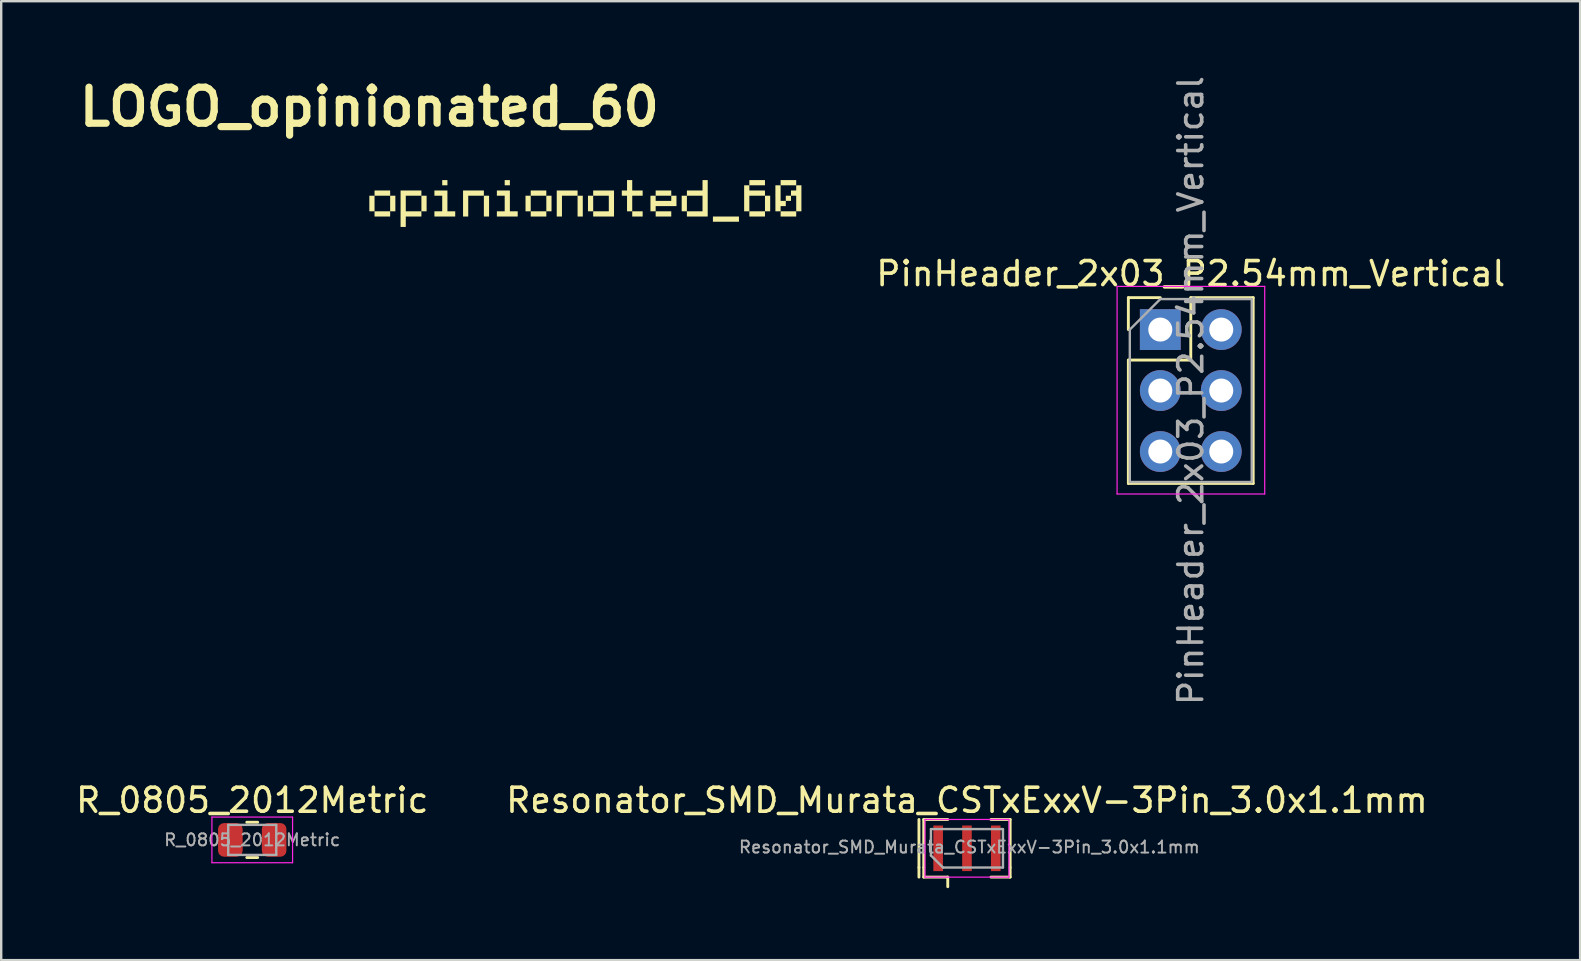
<source format=kicad_pcb>
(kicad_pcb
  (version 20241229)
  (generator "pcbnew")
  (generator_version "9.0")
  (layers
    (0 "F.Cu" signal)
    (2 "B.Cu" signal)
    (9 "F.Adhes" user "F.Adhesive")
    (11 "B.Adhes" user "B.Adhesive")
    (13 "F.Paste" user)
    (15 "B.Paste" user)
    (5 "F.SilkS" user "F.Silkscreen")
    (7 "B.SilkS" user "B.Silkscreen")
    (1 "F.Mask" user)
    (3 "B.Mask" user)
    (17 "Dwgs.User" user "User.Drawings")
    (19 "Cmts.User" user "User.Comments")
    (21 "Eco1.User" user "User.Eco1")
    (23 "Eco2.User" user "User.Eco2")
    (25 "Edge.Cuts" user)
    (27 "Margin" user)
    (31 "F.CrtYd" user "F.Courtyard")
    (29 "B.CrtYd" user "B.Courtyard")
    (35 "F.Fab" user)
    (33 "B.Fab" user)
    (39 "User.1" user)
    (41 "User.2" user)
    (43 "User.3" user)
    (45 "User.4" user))
  (footprint "LOGO_opinionated_60"
    (layer "F.Cu")
    (at 12.336 4.452)
    (property "Reference" "LOGO_opinionated_60" (at 0 -3.048 180) (layer "F.SilkS") (effects (font (size 1.5 1.5) (thickness 0.3))))
    (attr board_only exclude_from_pos_files exclude_from_bom)
    (fp_poly (pts (xy 0.217 0.651) (xy 0 0.651) (xy 0 1.301) (xy 0.217 1.301) (xy 0.217 0.651)) (stroke (width 0) (type solid)) (fill yes) (layer "F.SilkS"))
    (fp_poly (pts (xy 0.217 0.651) (xy 0.867 0.651) (xy 0.867 0.434) (xy 0.217 0.434) (xy 0.217 0.651)) (stroke (width 0) (type solid)) (fill yes) (layer "F.SilkS"))
    (fp_poly (pts (xy 0.867 0.651) (xy 0.867 1.301) (xy 1.084 1.301) (xy 1.084 0.651) (xy 0.867 0.651)) (stroke (width 0) (type solid)) (fill yes) (layer "F.SilkS"))
    (fp_poly (pts (xy 0.867 1.301) (xy 0.217 1.301) (xy 0.217 1.518) (xy 0.867 1.518) (xy 0.867 1.301)) (stroke (width 0) (type solid)) (fill yes) (layer "F.SilkS"))
    (fp_poly (pts (xy 2.169 0.651) (xy 2.169 1.301) (xy 2.386 1.301) (xy 2.386 0.651) (xy 2.169 0.651)) (stroke (width 0) (type solid)) (fill yes) (layer "F.SilkS"))
    (fp_poly (pts (xy 3.036 0.217) (xy 3.253 0.217) (xy 3.253 0.000004) (xy 3.036 0.000004) (xy 3.036 0.217)) (stroke (width 0) (type solid)) (fill yes) (layer "F.SilkS"))
    (fp_poly (pts (xy 4.771 0.651) (xy 4.771 1.518) (xy 4.988 1.518) (xy 4.988 0.651) (xy 4.771 0.651)) (stroke (width 0) (type solid)) (fill yes) (layer "F.SilkS"))
    (fp_poly (pts (xy 5.639 0.217) (xy 5.855 0.217) (xy 5.855 0.000004) (xy 5.639 0.000004) (xy 5.639 0.217)) (stroke (width 0) (type solid)) (fill yes) (layer "F.SilkS"))
    (fp_poly (pts (xy 6.723 0.651) (xy 6.506 0.651) (xy 6.506 1.301) (xy 6.723 1.301) (xy 6.723 0.651)) (stroke (width 0) (type solid)) (fill yes) (layer "F.SilkS"))
    (fp_poly (pts (xy 6.723 0.651) (xy 7.373 0.651) (xy 7.373 0.434) (xy 6.723 0.434) (xy 6.723 0.651)) (stroke (width 0) (type solid)) (fill yes) (layer "F.SilkS"))
    (fp_poly (pts (xy 7.373 0.651) (xy 7.373 1.301) (xy 7.59 1.301) (xy 7.59 0.651) (xy 7.373 0.651)) (stroke (width 0) (type solid)) (fill yes) (layer "F.SilkS"))
    (fp_poly (pts (xy 7.373 1.301) (xy 6.723 1.301) (xy 6.723 1.518) (xy 7.373 1.518) (xy 7.373 1.301)) (stroke (width 0) (type solid)) (fill yes) (layer "F.SilkS"))
    (fp_poly (pts (xy 8.675 0.651) (xy 8.675 1.518) (xy 8.892 1.518) (xy 8.892 0.651) (xy 8.675 0.651)) (stroke (width 0) (type solid)) (fill yes) (layer "F.SilkS"))
    (fp_poly (pts (xy 9.325 0.651) (xy 9.108 0.651) (xy 9.108 1.301) (xy 9.325 1.301) (xy 9.325 0.651)) (stroke (width 0) (type solid)) (fill yes) (layer "F.SilkS"))
    (fp_poly (pts (xy 10.952 1.518) (xy 11.386 1.518) (xy 11.386 1.301) (xy 10.952 1.301) (xy 10.952 1.518)) (stroke (width 0) (type solid)) (fill yes) (layer "F.SilkS"))
    (fp_poly (pts (xy 11.928 0.651) (xy 12.578 0.651) (xy 12.578 0.434) (xy 11.928 0.434) (xy 11.928 0.651)) (stroke (width 0) (type solid)) (fill yes) (layer "F.SilkS"))
    (fp_poly (pts (xy 11.928 1.518) (xy 12.578 1.518) (xy 12.578 1.301) (xy 11.928 1.301) (xy 11.928 1.518)) (stroke (width 0) (type solid)) (fill yes) (layer "F.SilkS"))
    (fp_poly (pts (xy 13.229 0.651) (xy 13.012 0.651) (xy 13.012 1.301) (xy 13.229 1.301) (xy 13.229 0.651)) (stroke (width 0) (type solid)) (fill yes) (layer "F.SilkS"))
    (fp_poly (pts (xy 14.313 1.735) (xy 15.398 1.735) (xy 15.398 1.518) (xy 14.313 1.518) (xy 14.313 1.735)) (stroke (width 0) (type solid)) (fill yes) (layer "F.SilkS"))
    (fp_poly (pts (xy 15.831 0.217) (xy 16.482 0.217) (xy 16.482 0.000004) (xy 15.831 0.000004) (xy 15.831 0.217)) (stroke (width 0) (type solid)) (fill yes) (layer "F.SilkS"))
    (fp_poly (pts (xy 15.831 1.518) (xy 16.482 1.518) (xy 16.482 1.301) (xy 15.831 1.301) (xy 15.831 1.518)) (stroke (width 0) (type solid)) (fill yes) (layer "F.SilkS"))
    (fp_poly (pts (xy 16.482 0.651) (xy 16.482 1.301) (xy 16.699 1.301) (xy 16.699 0.651) (xy 16.482 0.651)) (stroke (width 0) (type solid)) (fill yes) (layer "F.SilkS"))
    (fp_poly (pts (xy 17.133 0.217) (xy 17.783 0.217) (xy 17.783 0.000004) (xy 17.133 0.000004) (xy 17.133 0.217)) (stroke (width 0) (type solid)) (fill yes) (layer "F.SilkS"))
    (fp_poly (pts (xy 17.566 0.651) (xy 17.349 0.651) (xy 17.349 0.867) (xy 17.566 0.867) (xy 17.566 0.651)) (stroke (width 0) (type solid)) (fill yes) (layer "F.SilkS"))
    (fp_poly (pts (xy 17.783 1.301) (xy 17.133 1.301) (xy 17.133 1.518) (xy 17.783 1.518) (xy 17.783 1.301)) (stroke (width 0) (type solid)) (fill yes) (layer "F.SilkS"))
    (fp_poly (pts (xy 3.904 0.434) (xy 3.904 1.518) (xy 4.12 1.518) (xy 4.12 0.651) (xy 4.771 0.651) (xy 4.771 0.434) (xy 3.904 0.434)) (stroke (width 0) (type solid)) (fill yes) (layer "F.SilkS"))
    (fp_poly (pts (xy 7.807 0.434) (xy 7.807 1.518) (xy 8.024 1.518) (xy 8.024 0.651) (xy 8.675 0.651) (xy 8.675 0.434) (xy 7.807 0.434)) (stroke (width 0) (type solid)) (fill yes) (layer "F.SilkS"))
    (fp_poly (pts (xy 9.976 0.651) (xy 9.976 1.301) (xy 9.325 1.301) (xy 9.325 1.518) (xy 10.193 1.518) (xy 10.193 0.434) (xy 9.325 0.434) (xy 9.325 0.651) (xy 9.976 0.651)) (stroke (width 0) (type solid)) (fill yes) (layer "F.SilkS"))
    (fp_poly (pts (xy 15.831 0.217) (xy 15.614 0.217) (xy 15.614 1.301) (xy 15.831 1.301) (xy 15.831 0.651) (xy 16.482 0.651) (xy 16.482 0.434) (xy 15.831 0.434) (xy 15.831 0.217)) (stroke (width 0) (type solid)) (fill yes) (layer "F.SilkS"))
    (fp_poly (pts (xy 17.133 0.217) (xy 16.916 0.217) (xy 16.916 1.301) (xy 17.133 1.301) (xy 17.133 1.084) (xy 17.349 1.084) (xy 17.349 0.867) (xy 17.133 0.867) (xy 17.133 0.217)) (stroke (width 0) (type solid)) (fill yes) (layer "F.SilkS"))
    (fp_poly (pts (xy 17.783 0.434) (xy 17.566 0.434) (xy 17.566 0.651) (xy 17.783 0.651) (xy 17.783 1.301) (xy 18 1.301) (xy 18 0.217) (xy 17.783 0.217) (xy 17.783 0.434)) (stroke (width 0) (type solid)) (fill yes) (layer "F.SilkS"))
    (fp_poly (pts (xy 1.301 0.434) (xy 1.301 1.952) (xy 1.518 1.952) (xy 1.518 1.518) (xy 2.169 1.518) (xy 2.169 1.301) (xy 1.518 1.301) (xy 1.518 0.651) (xy 2.169 0.651) (xy 2.169 0.434) (xy 1.301 0.434)) (stroke (width 0) (type solid)) (fill yes) (layer "F.SilkS"))
    (fp_poly (pts (xy 2.711 0.651) (xy 3.036 0.651) (xy 3.036 1.301) (xy 2.711 1.301) (xy 2.711 1.518) (xy 3.578 1.518) (xy 3.578 1.301) (xy 3.253 1.301) (xy 3.253 0.434) (xy 2.711 0.434) (xy 2.711 0.651)) (stroke (width 0) (type solid)) (fill yes) (layer "F.SilkS"))
    (fp_poly (pts (xy 5.313 0.651) (xy 5.639 0.651) (xy 5.639 1.301) (xy 5.313 1.301) (xy 5.313 1.518) (xy 6.181 1.518) (xy 6.181 1.301) (xy 5.855 1.301) (xy 5.855 0.434) (xy 5.313 0.434) (xy 5.313 0.651)) (stroke (width 0) (type solid)) (fill yes) (layer "F.SilkS"))
    (fp_poly (pts (xy 11.928 0.651) (xy 11.711 0.651) (xy 11.711 1.301) (xy 11.928 1.301) (xy 11.928 1.084) (xy 12.795 1.084) (xy 12.795 0.651) (xy 12.578 0.651) (xy 12.578 0.867) (xy 11.928 0.867) (xy 11.928 0.651)) (stroke (width 0) (type solid)) (fill yes) (layer "F.SilkS"))
    (fp_poly (pts (xy 13.88 0.000004) (xy 13.88 0.434) (xy 13.229 0.434) (xy 13.229 0.651) (xy 13.88 0.651) (xy 13.88 1.301) (xy 13.229 1.301) (xy 13.229 1.518) (xy 14.096 1.518) (xy 14.096 0.000004) (xy 13.88 0.000004)) (stroke (width 0) (type solid)) (fill yes) (layer "F.SilkS"))
    (fp_poly (pts (xy 10.735 0.000004) (xy 10.735 0.434) (xy 10.518 0.434) (xy 10.518 0.651) (xy 10.735 0.651) (xy 10.735 1.301) (xy 10.952 1.301) (xy 10.952 0.651) (xy 11.386 0.651) (xy 11.386 0.434) (xy 10.952 0.434) (xy 10.952 0.000004) (xy 10.735 0.000004)) (stroke (width 0) (type solid)) (fill yes) (layer "F.SilkS")))
  (footprint "R_0805_2012Metric"
    (layer "F.Cu")
    (at 7.458 31.939)
    (property "Reference" "R_0805_2012Metric" (at 0 -1.65 0) (layer "F.SilkS") (effects (font (size 1 1) (thickness 0.15))))
    (attr smd)
    (fp_line (start -0.227 -0.735) (end 0.227 -0.735) (stroke (width 0.12) (type solid)) (layer "F.SilkS"))
    (fp_line (start -0.227 0.735) (end 0.227 0.735) (stroke (width 0.12) (type solid)) (layer "F.SilkS"))
    (fp_line (start -1.68 -0.95) (end 1.68 -0.95) (stroke (width 0.05) (type solid)) (layer "F.CrtYd"))
    (fp_line (start -1.68 0.95) (end -1.68 -0.95) (stroke (width 0.05) (type solid)) (layer "F.CrtYd"))
    (fp_line (start 1.68 -0.95) (end 1.68 0.95) (stroke (width 0.05) (type solid)) (layer "F.CrtYd"))
    (fp_line (start 1.68 0.95) (end -1.68 0.95) (stroke (width 0.05) (type solid)) (layer "F.CrtYd"))
    (fp_line (start -1 -0.625) (end 1 -0.625) (stroke (width 0.1) (type solid)) (layer "F.Fab"))
    (fp_line (start -1 0.625) (end -1 -0.625) (stroke (width 0.1) (type solid)) (layer "F.Fab"))
    (fp_line (start 1 -0.625) (end 1 0.625) (stroke (width 0.1) (type solid)) (layer "F.Fab"))
    (fp_line (start 1 0.625) (end -1 0.625) (stroke (width 0.1) (type solid)) (layer "F.Fab"))
    (fp_text user "${REFERENCE}" (at 0 0 0) (layer "F.Fab") (effects (font (size 0.5 0.5) (thickness 0.08))))
    (pad "1" smd roundrect (at -0.912 0 180) (size 1.025 1.4) (layers "F.Cu" "F.Mask" "F.Paste") (roundrect_rratio 0.244))
    (pad "2" smd roundrect (at 0.912 0 180) (size 1.025 1.4) (layers "F.Cu" "F.Mask" "F.Paste") (roundrect_rratio 0.244)))
  (footprint "PinHeader_2x03_P2.54mm_Vertical"
    (layer "F.Cu")
    (at 45.286 10.68)
    (property "Reference" "PinHeader_2x03_P2.54mm_Vertical" (at 1.27 -2.33 0) (layer "F.SilkS") (effects (font (size 1 1) (thickness 0.15))))
    (attr through_hole exclude_from_bom)
    (fp_line (start -1.33 -1.33) (end 0 -1.33) (stroke (width 0.12) (type solid)) (layer "F.SilkS"))
    (fp_line (start -1.33 0) (end -1.33 -1.33) (stroke (width 0.12) (type solid)) (layer "F.SilkS"))
    (fp_line (start -1.33 1.27) (end -1.33 6.41) (stroke (width 0.12) (type solid)) (layer "F.SilkS"))
    (fp_line (start -1.33 1.27) (end 1.27 1.27) (stroke (width 0.12) (type solid)) (layer "F.SilkS"))
    (fp_line (start -1.33 6.41) (end 3.87 6.41) (stroke (width 0.12) (type solid)) (layer "F.SilkS"))
    (fp_line (start 1.27 -1.33) (end 3.87 -1.33) (stroke (width 0.12) (type solid)) (layer "F.SilkS"))
    (fp_line (start 1.27 1.27) (end 1.27 -1.33) (stroke (width 0.12) (type solid)) (layer "F.SilkS"))
    (fp_line (start 3.87 -1.33) (end 3.87 6.41) (stroke (width 0.12) (type solid)) (layer "F.SilkS"))
    (fp_line (start -1.8 -1.8) (end -1.8 6.85) (stroke (width 0.05) (type solid)) (layer "F.CrtYd"))
    (fp_line (start -1.8 6.85) (end 4.35 6.85) (stroke (width 0.05) (type solid)) (layer "F.CrtYd"))
    (fp_line (start 4.35 -1.8) (end -1.8 -1.8) (stroke (width 0.05) (type solid)) (layer "F.CrtYd"))
    (fp_line (start 4.35 6.85) (end 4.35 -1.8) (stroke (width 0.05) (type solid)) (layer "F.CrtYd"))
    (fp_line (start -1.27 0) (end 0 -1.27) (stroke (width 0.1) (type solid)) (layer "F.Fab"))
    (fp_line (start -1.27 6.35) (end -1.27 0) (stroke (width 0.1) (type solid)) (layer "F.Fab"))
    (fp_line (start 0 -1.27) (end 3.81 -1.27) (stroke (width 0.1) (type solid)) (layer "F.Fab"))
    (fp_line (start 3.81 -1.27) (end 3.81 6.35) (stroke (width 0.1) (type solid)) (layer "F.Fab"))
    (fp_line (start 3.81 6.35) (end -1.27 6.35) (stroke (width 0.1) (type solid)) (layer "F.Fab"))
    (fp_text user "${REFERENCE}" (at 1.27 2.54 90) (layer "F.Fab") (effects (font (size 1 1) (thickness 0.15))))
    (pad "1" thru_hole rect (at 0 0 180) (size 1.7 1.7) (drill 1) (layers "*.Cu" "*.Mask"))
    (pad "2" thru_hole oval (at 2.54 0 180) (size 1.7 1.7) (drill 1) (layers "*.Cu" "*.Mask"))
    (pad "3" thru_hole oval (at 0 2.54 180) (size 1.7 1.7) (drill 1) (layers "*.Cu" "*.Mask"))
    (pad "4" thru_hole oval (at 2.54 2.54 180) (size 1.7 1.7) (drill 1) (layers "*.Cu" "*.Mask"))
    (pad "5" thru_hole oval (at 0 5.08 180) (size 1.7 1.7) (drill 1) (layers "*.Cu" "*.Mask"))
    (pad "6" thru_hole oval (at 2.54 5.08 180) (size 1.7 1.7) (drill 1) (layers "*.Cu" "*.Mask")))
  (footprint "Resonator_SMD_Murata_CSTxExxV-3Pin_3.0x1.1mm"
    (layer "F.Cu")
    (at 37.232 32.289)
    (property "Reference" "Resonator_SMD_Murata_CSTxExxV-3Pin_3.0x1.1mm" (at 0 -2 0) (layer "F.SilkS") (effects (font (size 1 1) (thickness 0.15))))
    (attr smd)
    (fp_line (start -2 -1.2) (end -2 0.8) (stroke (width 0.12) (type solid)) (layer "F.SilkS"))
    (fp_line (start -2 0.8) (end -2 1.2) (stroke (width 0.12) (type solid)) (layer "F.SilkS"))
    (fp_line (start -1.8 -1.2) (end -0.8 -1.2) (stroke (width 0.12) (type solid)) (layer "F.SilkS"))
    (fp_line (start -1.8 0.8) (end -1.8 -1.2) (stroke (width 0.12) (type solid)) (layer "F.SilkS"))
    (fp_line (start -1.8 0.8) (end -1.8 1.2) (stroke (width 0.12) (type solid)) (layer "F.SilkS"))
    (fp_line (start -0.8 1.2) (end -1.8 1.2) (stroke (width 0.12) (type solid)) (layer "F.SilkS"))
    (fp_line (start -0.8 1.2) (end -0.8 1.6) (stroke (width 0.12) (type solid)) (layer "F.SilkS"))
    (fp_line (start 1 -1.2) (end 1.8 -1.2) (stroke (width 0.12) (type solid)) (layer "F.SilkS"))
    (fp_line (start 1.8 -1.2) (end 1.8 0.8) (stroke (width 0.12) (type solid)) (layer "F.SilkS"))
    (fp_line (start 1.8 0.8) (end 1.8 1.2) (stroke (width 0.12) (type solid)) (layer "F.SilkS"))
    (fp_line (start 1.8 1.2) (end 1 1.2) (stroke (width 0.12) (type solid)) (layer "F.SilkS"))
    (fp_line (start -1.75 -1.2) (end 1.75 -1.2) (stroke (width 0.05) (type solid)) (layer "F.CrtYd"))
    (fp_line (start -1.75 1.2) (end -1.75 -1.2) (stroke (width 0.05) (type solid)) (layer "F.CrtYd"))
    (fp_line (start 1.75 -1.2) (end 1.75 1.2) (stroke (width 0.05) (type solid)) (layer "F.CrtYd"))
    (fp_line (start 1.75 1.2) (end -1.75 1.2) (stroke (width 0.05) (type solid)) (layer "F.CrtYd"))
    (fp_line (start -1.5 0.3) (end -1.5 -0.8) (stroke (width 0.1) (type solid)) (layer "F.Fab"))
    (fp_line (start -1 0.8) (end -1.5 0.3) (stroke (width 0.1) (type solid)) (layer "F.Fab"))
    (fp_line (start -1 0.8) (end 1.5 0.8) (stroke (width 0.1) (type solid)) (layer "F.Fab"))
    (fp_line (start 1.5 -0.8) (end -1.5 -0.8) (stroke (width 0.1) (type solid)) (layer "F.Fab"))
    (fp_line (start 1.5 0.8) (end 1.5 -0.8) (stroke (width 0.1) (type solid)) (layer "F.Fab"))
    (fp_text user "${REFERENCE}" (at 0.1 -0.05 0) (layer "F.Fab") (effects (font (size 0.5 0.5) (thickness 0.08))))
    (pad "1" smd rect (at -1.2 0 180) (size 0.4 1.9) (layers "F.Cu" "F.Mask" "F.Paste"))
    (pad "2" smd rect (at 0 0 180) (size 0.4 1.9) (layers "F.Cu" "F.Mask" "F.Paste"))
    (pad "3" smd rect (at 1.2 0 180) (size 0.4 1.9) (layers "F.Cu" "F.Mask" "F.Paste")))
  (gr_rect
    (start -3 -3)
    (end 62.776 36.949)
    (stroke (width 0.1) (type default))
    (fill no)
    (layer "Edge.Cuts")))
</source>
